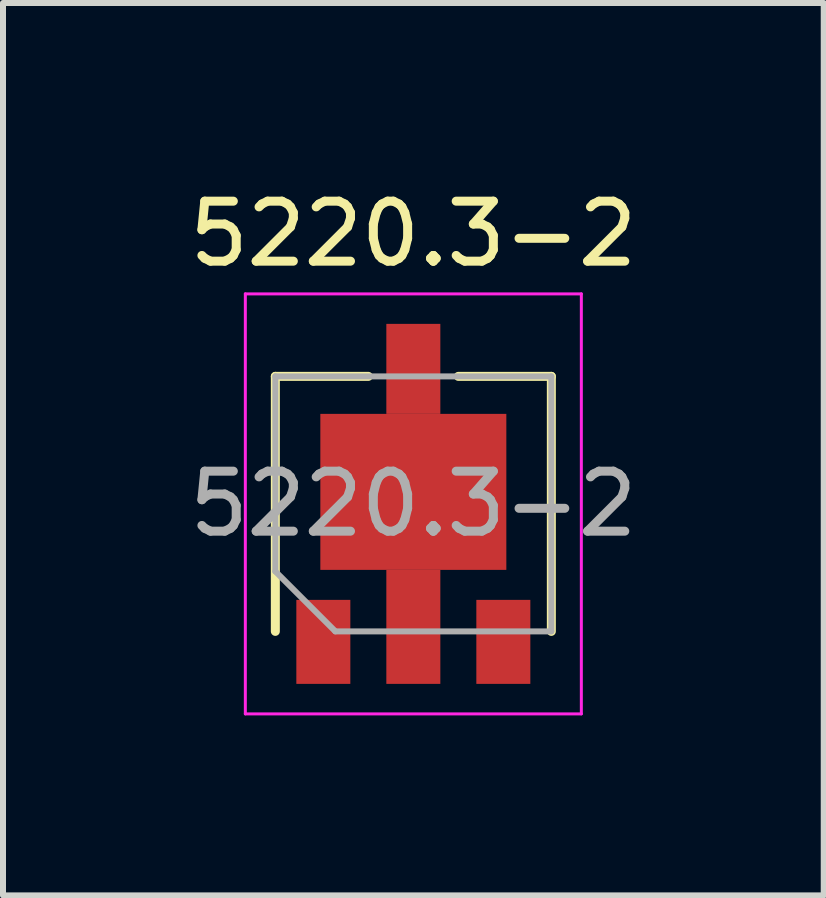
<source format=kicad_pcb>
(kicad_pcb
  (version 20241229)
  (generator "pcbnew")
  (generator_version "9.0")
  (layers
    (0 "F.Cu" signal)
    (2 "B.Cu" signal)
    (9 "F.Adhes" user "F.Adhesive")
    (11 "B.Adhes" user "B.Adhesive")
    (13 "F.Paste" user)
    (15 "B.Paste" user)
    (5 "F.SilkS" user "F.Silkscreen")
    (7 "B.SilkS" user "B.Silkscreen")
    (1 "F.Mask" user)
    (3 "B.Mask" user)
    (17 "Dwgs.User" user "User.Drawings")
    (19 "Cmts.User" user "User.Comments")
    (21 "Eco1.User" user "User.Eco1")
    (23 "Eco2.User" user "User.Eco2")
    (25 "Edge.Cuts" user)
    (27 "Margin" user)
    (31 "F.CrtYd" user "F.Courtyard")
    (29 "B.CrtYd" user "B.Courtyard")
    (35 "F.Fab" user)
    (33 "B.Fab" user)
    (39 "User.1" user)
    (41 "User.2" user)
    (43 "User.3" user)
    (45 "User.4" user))
  (footprint "5220.3-2"
    (layer "F.Cu")
    (at 3.839 5.348)
    (property "Reference" "5220.3-2" (at 0 -4.5 0) (layer "F.SilkS") (effects (font (size 1 1) (thickness 0.15))))
    (attr smd)
    (fp_line (start -2.3 -2.125) (end -2.3 2.125) (stroke (width 0.15) (type solid)) (layer "F.SilkS"))
    (fp_line (start -2.3 -2.125) (end -0.75 -2.125) (stroke (width 0.15) (type solid)) (layer "F.SilkS"))
    (fp_line (start 2.3 -2.125) (end 0.75 -2.125) (stroke (width 0.15) (type solid)) (layer "F.SilkS"))
    (fp_line (start 2.3 -2.125) (end 2.3 2.125) (stroke (width 0.15) (type solid)) (layer "F.SilkS"))
    (fp_line (start -2.8 -3.5) (end 2.8 -3.5) (stroke (width 0.05) (type solid)) (layer "F.CrtYd"))
    (fp_line (start -2.8 3.5) (end -2.8 -3.5) (stroke (width 0.05) (type solid)) (layer "F.CrtYd"))
    (fp_line (start 2.8 -3.5) (end 2.8 3.5) (stroke (width 0.05) (type solid)) (layer "F.CrtYd"))
    (fp_line (start 2.8 3.5) (end -2.8 3.5) (stroke (width 0.05) (type solid)) (layer "F.CrtYd"))
    (fp_line (start -2.3 -2.125) (end 2.3 -2.125) (stroke (width 0.1) (type solid)) (layer "F.Fab"))
    (fp_line (start -2.3 1.125) (end -2.3 -2.125) (stroke (width 0.1) (type solid)) (layer "F.Fab"))
    (fp_line (start -1.3 2.125) (end -2.3 1.125) (stroke (width 0.1) (type solid)) (layer "F.Fab"))
    (fp_line (start 2.3 -2.125) (end 2.3 2.125) (stroke (width 0.1) (type solid)) (layer "F.Fab"))
    (fp_line (start 2.3 2.125) (end -1.3 2.125) (stroke (width 0.1) (type solid)) (layer "F.Fab"))
    (fp_text user "${REFERENCE}" (at 0 0 0) (layer "F.Fab") (effects (font (size 1 1) (thickness 0.15))))
    (pad "1" smd rect (at -1.5 2.3 90) (size 1.4 0.9) (layers "F.Cu" "F.Mask" "F.Paste"))
    (pad "2" smd rect (at 1.5 2.3 90) (size 1.4 0.9) (layers "F.Cu" "F.Mask" "F.Paste"))
    (pad "3" smd rect (at 0 -2.25 90) (size 1.5 0.9) (layers "F.Cu" "F.Mask" "F.Paste"))
    (pad "3" smd rect (at 0 -0.2) (size 3.1 2.6) (layers "F.Cu" "F.Mask" "F.Paste"))
    (pad "3" smd rect (at 0 2.05 90) (size 1.9 0.9) (layers "F.Cu" "F.Mask" "F.Paste")))
  (gr_rect
    (start -3 -3)
    (end 10.679 11.873)
    (stroke (width 0.1) (type default))
    (fill no)
    (layer "Edge.Cuts")))
</source>
